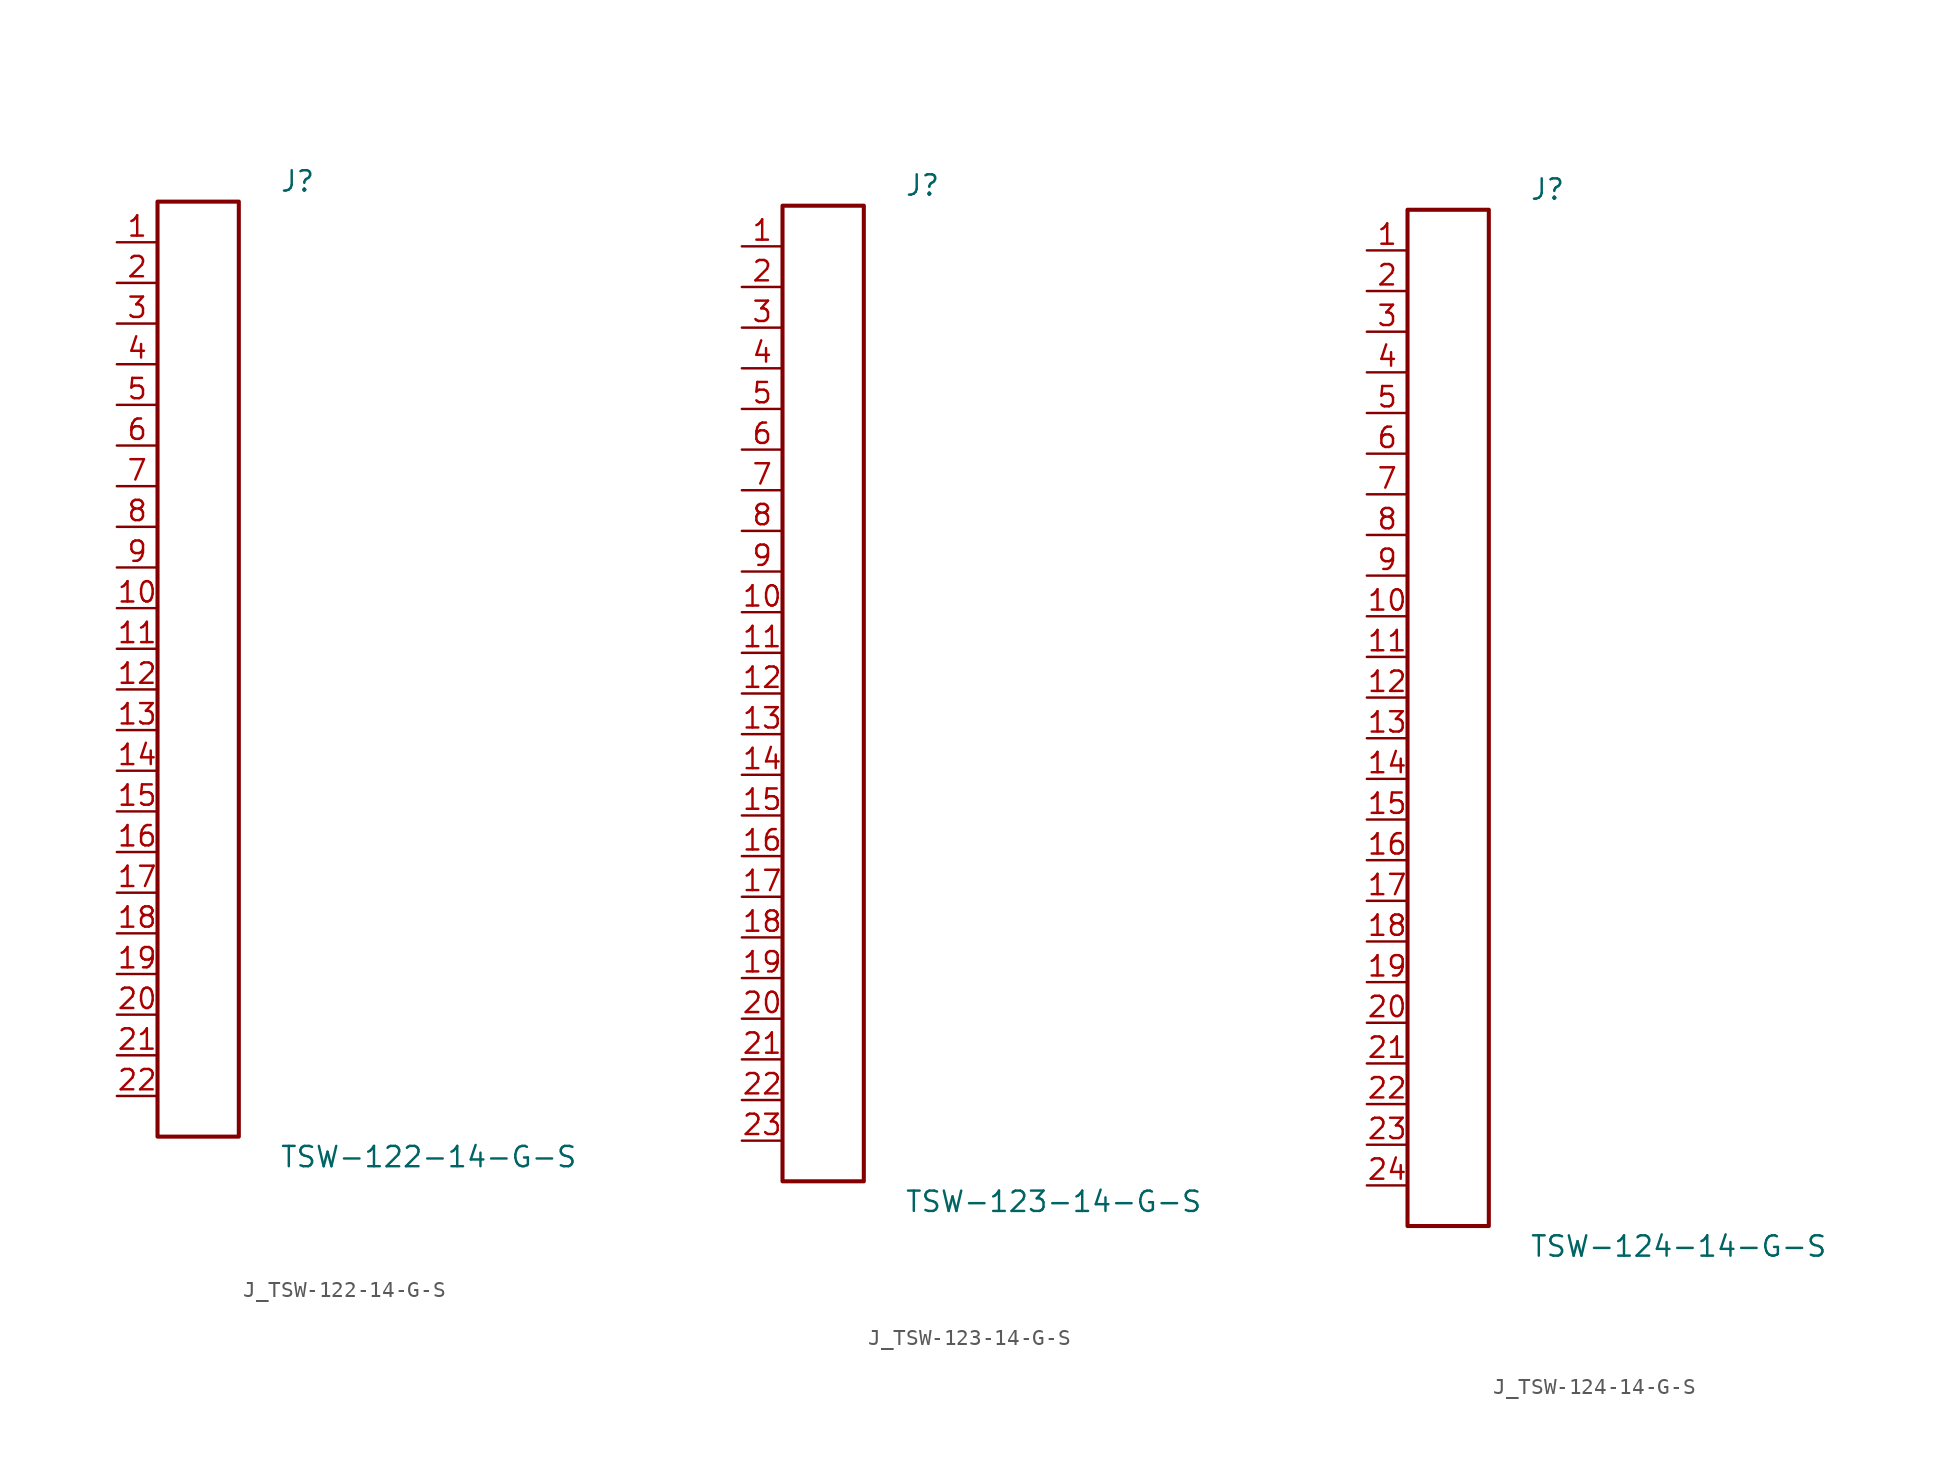
<source format=kicad_sym>
(kicad_symbol_lib
  (version 20231120)
  (generator kicad_symbol_editor)
  (generator_version 8.0)
  (symbol "J_TSW-122-14-G-S"
    (pin_names
      (offset 0.254))
    (property "Reference" "J"
      (at 5.08 30.48 0)
      (effects (font (size 1.27 1.27)) (justify left)))
    (property "Value" "TSW-122-14-G-S"
      (at 5.08 -30.48 0)
      (effects (font (size 1.27 1.27)) (justify left)))
    (symbol "J_TSW-122-14-G-S_0_0"
      (pin passive line (at -5.08 26.67 0) (length 2.54) (name "" (effects (font (size 1.27 1.27)))) (number "1" (effects (font (size 1.27 1.27)))))
      (pin passive line (at -5.08 24.13 0) (length 2.54) (name "" (effects (font (size 1.27 1.27)))) (number "2" (effects (font (size 1.27 1.27)))))
      (pin passive line (at -5.08 21.59 0) (length 2.54) (name "" (effects (font (size 1.27 1.27)))) (number "3" (effects (font (size 1.27 1.27)))))
      (pin passive line (at -5.08 19.05 0) (length 2.54) (name "" (effects (font (size 1.27 1.27)))) (number "4" (effects (font (size 1.27 1.27)))))
      (pin passive line (at -5.08 16.51 0) (length 2.54) (name "" (effects (font (size 1.27 1.27)))) (number "5" (effects (font (size 1.27 1.27)))))
      (pin passive line (at -5.08 13.97 0) (length 2.54) (name "" (effects (font (size 1.27 1.27)))) (number "6" (effects (font (size 1.27 1.27)))))
      (pin passive line (at -5.08 11.43 0) (length 2.54) (name "" (effects (font (size 1.27 1.27)))) (number "7" (effects (font (size 1.27 1.27)))))
      (pin passive line (at -5.08 8.89 0) (length 2.54) (name "" (effects (font (size 1.27 1.27)))) (number "8" (effects (font (size 1.27 1.27)))))
      (pin passive line (at -5.08 6.35 0) (length 2.54) (name "" (effects (font (size 1.27 1.27)))) (number "9" (effects (font (size 1.27 1.27)))))
      (pin passive line (at -5.08 3.81 0) (length 2.54) (name "" (effects (font (size 1.27 1.27)))) (number "10" (effects (font (size 1.27 1.27)))))
      (pin passive line (at -5.08 1.27 0) (length 2.54) (name "" (effects (font (size 1.27 1.27)))) (number "11" (effects (font (size 1.27 1.27)))))
      (pin passive line (at -5.08 -1.27 0) (length 2.54) (name "" (effects (font (size 1.27 1.27)))) (number "12" (effects (font (size 1.27 1.27)))))
      (pin passive line (at -5.08 -3.81 0) (length 2.54) (name "" (effects (font (size 1.27 1.27)))) (number "13" (effects (font (size 1.27 1.27)))))
      (pin passive line (at -5.08 -6.35 0) (length 2.54) (name "" (effects (font (size 1.27 1.27)))) (number "14" (effects (font (size 1.27 1.27)))))
      (pin passive line (at -5.08 -8.89 0) (length 2.54) (name "" (effects (font (size 1.27 1.27)))) (number "15" (effects (font (size 1.27 1.27)))))
      (pin passive line (at -5.08 -11.43 0) (length 2.54) (name "" (effects (font (size 1.27 1.27)))) (number "16" (effects (font (size 1.27 1.27)))))
      (pin passive line (at -5.08 -13.97 0) (length 2.54) (name "" (effects (font (size 1.27 1.27)))) (number "17" (effects (font (size 1.27 1.27)))))
      (pin passive line (at -5.08 -16.51 0) (length 2.54) (name "" (effects (font (size 1.27 1.27)))) (number "18" (effects (font (size 1.27 1.27)))))
      (pin passive line (at -5.08 -19.05 0) (length 2.54) (name "" (effects (font (size 1.27 1.27)))) (number "19" (effects (font (size 1.27 1.27)))))
      (pin passive line (at -5.08 -21.59 0) (length 2.54) (name "" (effects (font (size 1.27 1.27)))) (number "20" (effects (font (size 1.27 1.27)))))
      (pin passive line (at -5.08 -24.13 0) (length 2.54) (name "" (effects (font (size 1.27 1.27)))) (number "21" (effects (font (size 1.27 1.27)))))
      (pin passive line (at -5.08 -26.67 0) (length 2.54) (name "" (effects (font (size 1.27 1.27)))) (number "22" (effects (font (size 1.27 1.27))))))
    (symbol "J_TSW-122-14-G-S_1_0"
      (rectangle (start -2.54 29.21) (end 2.54 -29.21) (stroke (width 0.254) (type solid)) (fill (type none)))))
  (symbol "J_TSW-123-14-G-S"
    (pin_names
      (offset 0.254))
    (property "Reference" "J"
      (at 5.08 31.75 0)
      (effects (font (size 1.27 1.27)) (justify left)))
    (property "Value" "TSW-123-14-G-S"
      (at 5.08 -31.75 0)
      (effects (font (size 1.27 1.27)) (justify left)))
    (symbol "J_TSW-123-14-G-S_0_0"
      (pin passive line (at -5.08 27.94 0) (length 2.54) (name "" (effects (font (size 1.27 1.27)))) (number "1" (effects (font (size 1.27 1.27)))))
      (pin passive line (at -5.08 25.4 0) (length 2.54) (name "" (effects (font (size 1.27 1.27)))) (number "2" (effects (font (size 1.27 1.27)))))
      (pin passive line (at -5.08 22.86 0) (length 2.54) (name "" (effects (font (size 1.27 1.27)))) (number "3" (effects (font (size 1.27 1.27)))))
      (pin passive line (at -5.08 20.32 0) (length 2.54) (name "" (effects (font (size 1.27 1.27)))) (number "4" (effects (font (size 1.27 1.27)))))
      (pin passive line (at -5.08 17.78 0) (length 2.54) (name "" (effects (font (size 1.27 1.27)))) (number "5" (effects (font (size 1.27 1.27)))))
      (pin passive line (at -5.08 15.24 0) (length 2.54) (name "" (effects (font (size 1.27 1.27)))) (number "6" (effects (font (size 1.27 1.27)))))
      (pin passive line (at -5.08 12.7 0) (length 2.54) (name "" (effects (font (size 1.27 1.27)))) (number "7" (effects (font (size 1.27 1.27)))))
      (pin passive line (at -5.08 10.16 0) (length 2.54) (name "" (effects (font (size 1.27 1.27)))) (number "8" (effects (font (size 1.27 1.27)))))
      (pin passive line (at -5.08 7.62 0) (length 2.54) (name "" (effects (font (size 1.27 1.27)))) (number "9" (effects (font (size 1.27 1.27)))))
      (pin passive line (at -5.08 5.08 0) (length 2.54) (name "" (effects (font (size 1.27 1.27)))) (number "10" (effects (font (size 1.27 1.27)))))
      (pin passive line (at -5.08 2.54 0) (length 2.54) (name "" (effects (font (size 1.27 1.27)))) (number "11" (effects (font (size 1.27 1.27)))))
      (pin passive line (at -5.08 0.0 0) (length 2.54) (name "" (effects (font (size 1.27 1.27)))) (number "12" (effects (font (size 1.27 1.27)))))
      (pin passive line (at -5.08 -2.54 0) (length 2.54) (name "" (effects (font (size 1.27 1.27)))) (number "13" (effects (font (size 1.27 1.27)))))
      (pin passive line (at -5.08 -5.08 0) (length 2.54) (name "" (effects (font (size 1.27 1.27)))) (number "14" (effects (font (size 1.27 1.27)))))
      (pin passive line (at -5.08 -7.62 0) (length 2.54) (name "" (effects (font (size 1.27 1.27)))) (number "15" (effects (font (size 1.27 1.27)))))
      (pin passive line (at -5.08 -10.16 0) (length 2.54) (name "" (effects (font (size 1.27 1.27)))) (number "16" (effects (font (size 1.27 1.27)))))
      (pin passive line (at -5.08 -12.7 0) (length 2.54) (name "" (effects (font (size 1.27 1.27)))) (number "17" (effects (font (size 1.27 1.27)))))
      (pin passive line (at -5.08 -15.24 0) (length 2.54) (name "" (effects (font (size 1.27 1.27)))) (number "18" (effects (font (size 1.27 1.27)))))
      (pin passive line (at -5.08 -17.78 0) (length 2.54) (name "" (effects (font (size 1.27 1.27)))) (number "19" (effects (font (size 1.27 1.27)))))
      (pin passive line (at -5.08 -20.32 0) (length 2.54) (name "" (effects (font (size 1.27 1.27)))) (number "20" (effects (font (size 1.27 1.27)))))
      (pin passive line (at -5.08 -22.86 0) (length 2.54) (name "" (effects (font (size 1.27 1.27)))) (number "21" (effects (font (size 1.27 1.27)))))
      (pin passive line (at -5.08 -25.4 0) (length 2.54) (name "" (effects (font (size 1.27 1.27)))) (number "22" (effects (font (size 1.27 1.27)))))
      (pin passive line (at -5.08 -27.94 0) (length 2.54) (name "" (effects (font (size 1.27 1.27)))) (number "23" (effects (font (size 1.27 1.27))))))
    (symbol "J_TSW-123-14-G-S_1_0"
      (rectangle (start -2.54 30.48) (end 2.54 -30.48) (stroke (width 0.254) (type solid)) (fill (type none)))))
  (symbol "J_TSW-124-14-G-S"
    (pin_names
      (offset 0.254))
    (property "Reference" "J"
      (at 5.08 33.02 0)
      (effects (font (size 1.27 1.27)) (justify left)))
    (property "Value" "TSW-124-14-G-S"
      (at 5.08 -33.02 0)
      (effects (font (size 1.27 1.27)) (justify left)))
    (symbol "J_TSW-124-14-G-S_0_0"
      (pin passive line (at -5.08 29.21 0) (length 2.54) (name "" (effects (font (size 1.27 1.27)))) (number "1" (effects (font (size 1.27 1.27)))))
      (pin passive line (at -5.08 26.67 0) (length 2.54) (name "" (effects (font (size 1.27 1.27)))) (number "2" (effects (font (size 1.27 1.27)))))
      (pin passive line (at -5.08 24.13 0) (length 2.54) (name "" (effects (font (size 1.27 1.27)))) (number "3" (effects (font (size 1.27 1.27)))))
      (pin passive line (at -5.08 21.59 0) (length 2.54) (name "" (effects (font (size 1.27 1.27)))) (number "4" (effects (font (size 1.27 1.27)))))
      (pin passive line (at -5.08 19.05 0) (length 2.54) (name "" (effects (font (size 1.27 1.27)))) (number "5" (effects (font (size 1.27 1.27)))))
      (pin passive line (at -5.08 16.51 0) (length 2.54) (name "" (effects (font (size 1.27 1.27)))) (number "6" (effects (font (size 1.27 1.27)))))
      (pin passive line (at -5.08 13.97 0) (length 2.54) (name "" (effects (font (size 1.27 1.27)))) (number "7" (effects (font (size 1.27 1.27)))))
      (pin passive line (at -5.08 11.43 0) (length 2.54) (name "" (effects (font (size 1.27 1.27)))) (number "8" (effects (font (size 1.27 1.27)))))
      (pin passive line (at -5.08 8.89 0) (length 2.54) (name "" (effects (font (size 1.27 1.27)))) (number "9" (effects (font (size 1.27 1.27)))))
      (pin passive line (at -5.08 6.35 0) (length 2.54) (name "" (effects (font (size 1.27 1.27)))) (number "10" (effects (font (size 1.27 1.27)))))
      (pin passive line (at -5.08 3.81 0) (length 2.54) (name "" (effects (font (size 1.27 1.27)))) (number "11" (effects (font (size 1.27 1.27)))))
      (pin passive line (at -5.08 1.27 0) (length 2.54) (name "" (effects (font (size 1.27 1.27)))) (number "12" (effects (font (size 1.27 1.27)))))
      (pin passive line (at -5.08 -1.27 0) (length 2.54) (name "" (effects (font (size 1.27 1.27)))) (number "13" (effects (font (size 1.27 1.27)))))
      (pin passive line (at -5.08 -3.81 0) (length 2.54) (name "" (effects (font (size 1.27 1.27)))) (number "14" (effects (font (size 1.27 1.27)))))
      (pin passive line (at -5.08 -6.35 0) (length 2.54) (name "" (effects (font (size 1.27 1.27)))) (number "15" (effects (font (size 1.27 1.27)))))
      (pin passive line (at -5.08 -8.89 0) (length 2.54) (name "" (effects (font (size 1.27 1.27)))) (number "16" (effects (font (size 1.27 1.27)))))
      (pin passive line (at -5.08 -11.43 0) (length 2.54) (name "" (effects (font (size 1.27 1.27)))) (number "17" (effects (font (size 1.27 1.27)))))
      (pin passive line (at -5.08 -13.97 0) (length 2.54) (name "" (effects (font (size 1.27 1.27)))) (number "18" (effects (font (size 1.27 1.27)))))
      (pin passive line (at -5.08 -16.51 0) (length 2.54) (name "" (effects (font (size 1.27 1.27)))) (number "19" (effects (font (size 1.27 1.27)))))
      (pin passive line (at -5.08 -19.05 0) (length 2.54) (name "" (effects (font (size 1.27 1.27)))) (number "20" (effects (font (size 1.27 1.27)))))
      (pin passive line (at -5.08 -21.59 0) (length 2.54) (name "" (effects (font (size 1.27 1.27)))) (number "21" (effects (font (size 1.27 1.27)))))
      (pin passive line (at -5.08 -24.13 0) (length 2.54) (name "" (effects (font (size 1.27 1.27)))) (number "22" (effects (font (size 1.27 1.27)))))
      (pin passive line (at -5.08 -26.67 0) (length 2.54) (name "" (effects (font (size 1.27 1.27)))) (number "23" (effects (font (size 1.27 1.27)))))
      (pin passive line (at -5.08 -29.21 0) (length 2.54) (name "" (effects (font (size 1.27 1.27)))) (number "24" (effects (font (size 1.27 1.27))))))
    (symbol "J_TSW-124-14-G-S_1_0"
      (rectangle (start -2.54 31.75) (end 2.54 -31.75) (stroke (width 0.254) (type solid)) (fill (type none))))))
</source>
